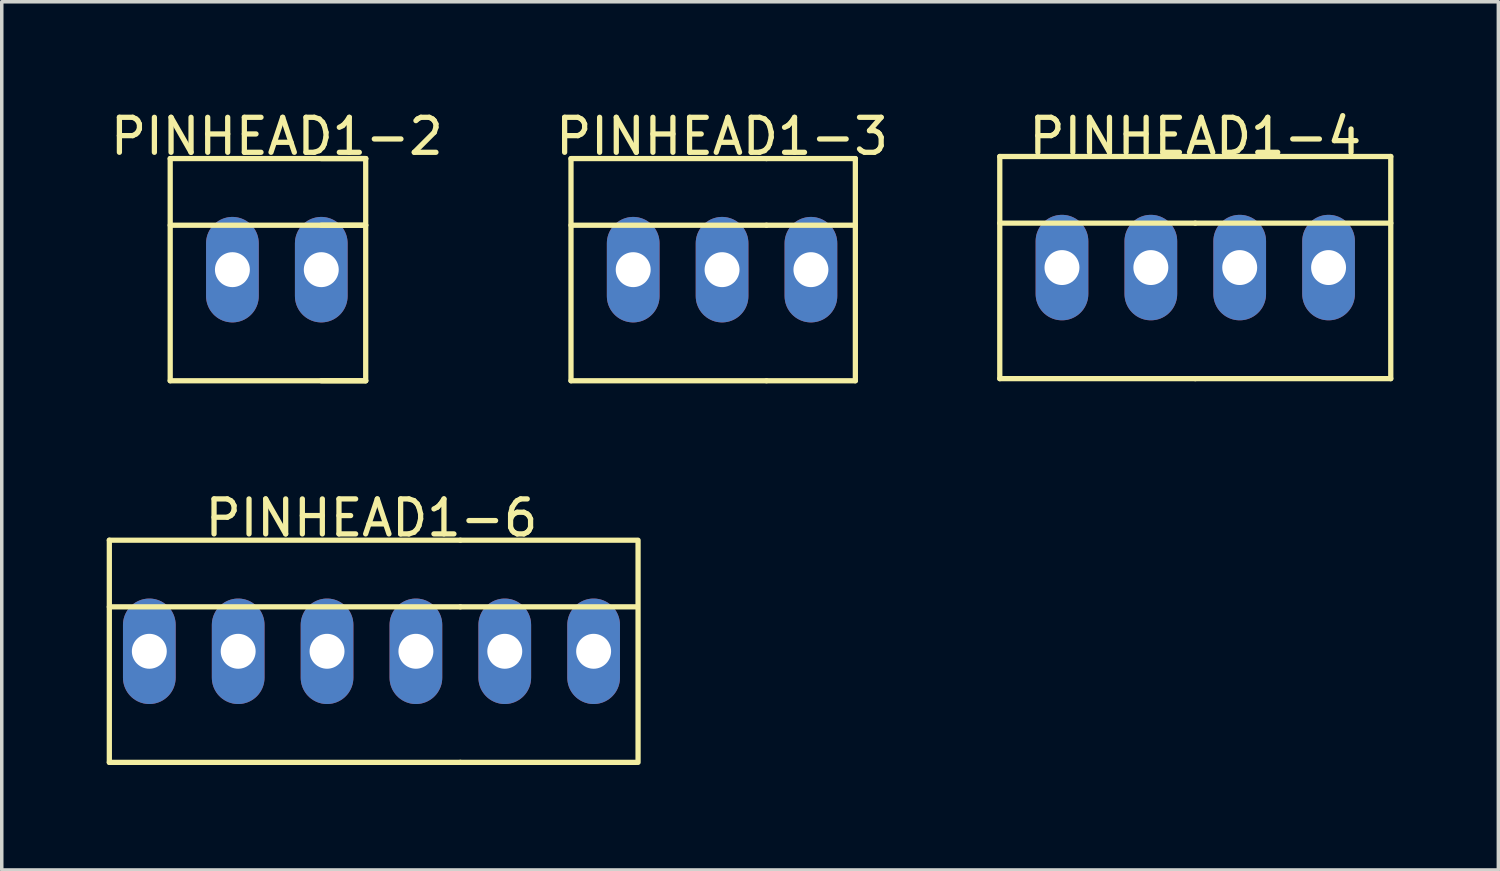
<source format=kicad_pcb>
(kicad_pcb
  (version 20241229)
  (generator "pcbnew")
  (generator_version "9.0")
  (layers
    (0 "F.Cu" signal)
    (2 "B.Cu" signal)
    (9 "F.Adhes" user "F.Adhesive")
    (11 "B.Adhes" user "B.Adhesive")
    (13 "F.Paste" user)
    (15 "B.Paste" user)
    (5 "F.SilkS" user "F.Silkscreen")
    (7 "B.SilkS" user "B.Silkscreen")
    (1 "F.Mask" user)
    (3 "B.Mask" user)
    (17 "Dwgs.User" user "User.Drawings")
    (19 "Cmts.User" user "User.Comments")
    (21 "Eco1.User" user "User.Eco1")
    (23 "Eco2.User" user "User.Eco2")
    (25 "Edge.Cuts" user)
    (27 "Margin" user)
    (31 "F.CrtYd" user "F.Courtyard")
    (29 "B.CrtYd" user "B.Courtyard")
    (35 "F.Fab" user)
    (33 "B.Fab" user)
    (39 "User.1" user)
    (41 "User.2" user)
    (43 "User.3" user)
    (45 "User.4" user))
  (footprint "PINHEAD1-2"
    (layer "F.Cu")
    (at 4.863 4.658)
    (property "Reference" "PINHEAD1-2" (at 0 -3.81 0) (layer "F.SilkS") (effects (font (size 1 1) (thickness 0.15))))
    (attr exclude_from_pos_files exclude_from_bom)
    (fp_line (start -3.048 -3.175) (end -3.048 3.175) (stroke (width 0.15) (type solid)) (layer "F.SilkS"))
    (fp_line (start -3.048 -3.175) (end 2.54 -3.175) (stroke (width 0.15) (type solid)) (layer "F.SilkS"))
    (fp_line (start 1.27 -3.175) (end 2.54 -3.175) (stroke (width 0.15) (type solid)) (layer "F.SilkS"))
    (fp_line (start 1.27 -1.27) (end 2.54 -1.27) (stroke (width 0.15) (type solid)) (layer "F.SilkS"))
    (fp_line (start 1.27 3.175) (end 2.54 3.175) (stroke (width 0.15) (type solid)) (layer "F.SilkS"))
    (fp_line (start 2.54 -3.175) (end 2.54 3.175) (stroke (width 0.15) (type solid)) (layer "F.SilkS"))
    (fp_line (start 2.54 -1.27) (end -3.048 -1.27) (stroke (width 0.15) (type solid)) (layer "F.SilkS"))
    (fp_line (start 2.54 3.175) (end -3.048 3.175) (stroke (width 0.15) (type solid)) (layer "F.SilkS"))
    (pad "1" thru_hole oval (at -1.27 0) (size 1.506 3.015) (drill 0.998) (layers "*.Cu" "*.Mask"))
    (pad "2" thru_hole oval (at 1.27 0) (size 1.506 3.015) (drill 0.998) (layers "*.Cu" "*.Mask")))
  (footprint "PINHEAD1-6"
    (layer "F.Cu")
    (at 7.568 15.566)
    (property "Reference" "PINHEAD1-6" (at 0 -3.81 0) (layer "F.SilkS") (effects (font (size 1 1) (thickness 0.15))))
    (attr exclude_from_pos_files exclude_from_bom)
    (fp_line (start -7.493 -3.175) (end -7.493 3.175) (stroke (width 0.15) (type solid)) (layer "F.SilkS"))
    (fp_line (start -7.493 -3.175) (end 2.54 -3.175) (stroke (width 0.15) (type solid)) (layer "F.SilkS"))
    (fp_line (start -7.493 3.175) (end 2.54 3.175) (stroke (width 0.15) (type solid)) (layer "F.SilkS"))
    (fp_line (start 2.54 -3.175) (end 7.573 -3.175) (stroke (width 0.15) (type solid)) (layer "F.SilkS"))
    (fp_line (start 2.54 -1.27) (end -7.493 -1.27) (stroke (width 0.15) (type solid)) (layer "F.SilkS"))
    (fp_line (start 2.54 -1.27) (end 7.573 -1.27) (stroke (width 0.15) (type solid)) (layer "F.SilkS"))
    (fp_line (start 2.54 3.175) (end 7.573 3.175) (stroke (width 0.15) (type solid)) (layer "F.SilkS"))
    (fp_line (start 7.62 -3.175) (end 7.62 3.175) (stroke (width 0.15) (type solid)) (layer "F.SilkS"))
    (pad "1" thru_hole oval (at -6.35 0) (size 1.506 3.015) (drill 0.998) (layers "*.Cu" "*.Mask"))
    (pad "2" thru_hole oval (at -3.81 0) (size 1.506 3.015) (drill 0.998) (layers "*.Cu" "*.Mask"))
    (pad "3" thru_hole oval (at -1.27 0) (size 1.506 3.015) (drill 0.998) (layers "*.Cu" "*.Mask"))
    (pad "4" thru_hole oval (at 1.27 0) (size 1.506 3.015) (drill 0.998) (layers "*.Cu" "*.Mask"))
    (pad "5" thru_hole oval (at 3.81 0) (size 1.506 3.015) (drill 0.998) (layers "*.Cu" "*.Mask"))
    (pad "6" thru_hole oval (at 6.35 0) (size 1.506 3.015) (drill 0.998) (layers "*.Cu" "*.Mask")))
  (footprint "PINHEAD1-3"
    (layer "F.Cu")
    (at 17.589 4.658)
    (property "Reference" "PINHEAD1-3" (at 0 -3.81 0) (layer "F.SilkS") (effects (font (size 1 1) (thickness 0.15))))
    (attr exclude_from_pos_files exclude_from_bom)
    (fp_line (start -4.318 -3.175) (end -4.318 3.175) (stroke (width 0.15) (type solid)) (layer "F.SilkS"))
    (fp_line (start -4.318 -3.175) (end 1.27 -3.175) (stroke (width 0.15) (type solid)) (layer "F.SilkS"))
    (fp_line (start 1.27 -3.175) (end 3.81 -3.175) (stroke (width 0.15) (type solid)) (layer "F.SilkS"))
    (fp_line (start 1.27 -1.27) (end -4.318 -1.27) (stroke (width 0.15) (type solid)) (layer "F.SilkS"))
    (fp_line (start 1.27 -1.27) (end 3.81 -1.27) (stroke (width 0.15) (type solid)) (layer "F.SilkS"))
    (fp_line (start 1.27 3.175) (end -4.318 3.175) (stroke (width 0.15) (type solid)) (layer "F.SilkS"))
    (fp_line (start 1.27 3.175) (end 3.81 3.175) (stroke (width 0.15) (type solid)) (layer "F.SilkS"))
    (fp_line (start 3.81 -3.175) (end 3.81 3.175) (stroke (width 0.15) (type solid)) (layer "F.SilkS"))
    (pad "1" thru_hole oval (at -2.54 0) (size 1.506 3.015) (drill 0.998) (layers "*.Cu" "*.Mask"))
    (pad "2" thru_hole oval (at 0 0) (size 1.506 3.015) (drill 0.998) (layers "*.Cu" "*.Mask"))
    (pad "3" thru_hole oval (at 2.54 0) (size 1.506 3.015) (drill 0.998) (layers "*.Cu" "*.Mask")))
  (footprint "PINHEAD1-4"
    (layer "F.Cu")
    (at 31.115 4.598)
    (property "Reference" "PINHEAD1-4" (at 0 -3.75 0) (layer "F.SilkS") (effects (font (size 1 1) (thickness 0.15))))
    (attr exclude_from_pos_files exclude_from_bom)
    (fp_line (start -5.588 -3.175) (end -5.588 3.175) (stroke (width 0.15) (type solid)) (layer "F.SilkS"))
    (fp_line (start -5.588 -3.175) (end 0 -3.175) (stroke (width 0.15) (type solid)) (layer "F.SilkS"))
    (fp_line (start 0 -3.175) (end 5.588 -3.175) (stroke (width 0.15) (type solid)) (layer "F.SilkS"))
    (fp_line (start 0 -1.27) (end -5.588 -1.27) (stroke (width 0.15) (type solid)) (layer "F.SilkS"))
    (fp_line (start 0 -1.27) (end 5.588 -1.27) (stroke (width 0.15) (type solid)) (layer "F.SilkS"))
    (fp_line (start 0 3.175) (end -5.588 3.175) (stroke (width 0.15) (type solid)) (layer "F.SilkS"))
    (fp_line (start 0 3.175) (end 5.588 3.175) (stroke (width 0.15) (type solid)) (layer "F.SilkS"))
    (fp_line (start 5.588 -3.175) (end 5.588 3.175) (stroke (width 0.15) (type solid)) (layer "F.SilkS"))
    (pad "1" thru_hole oval (at -3.81 0) (size 1.506 3.015) (drill 0.998) (layers "*.Cu" "*.Mask"))
    (pad "2" thru_hole oval (at -1.27 0) (size 1.506 3.015) (drill 0.998) (layers "*.Cu" "*.Mask"))
    (pad "3" thru_hole oval (at 1.27 0) (size 1.506 3.015) (drill 0.998) (layers "*.Cu" "*.Mask"))
    (pad "4" thru_hole oval (at 3.81 0) (size 1.506 3.015) (drill 0.998) (layers "*.Cu" "*.Mask")))
  (gr_rect
    (start -3 -3)
    (end 39.778 21.817)
    (stroke (width 0.1) (type default))
    (fill no)
    (layer "Edge.Cuts")))
</source>
